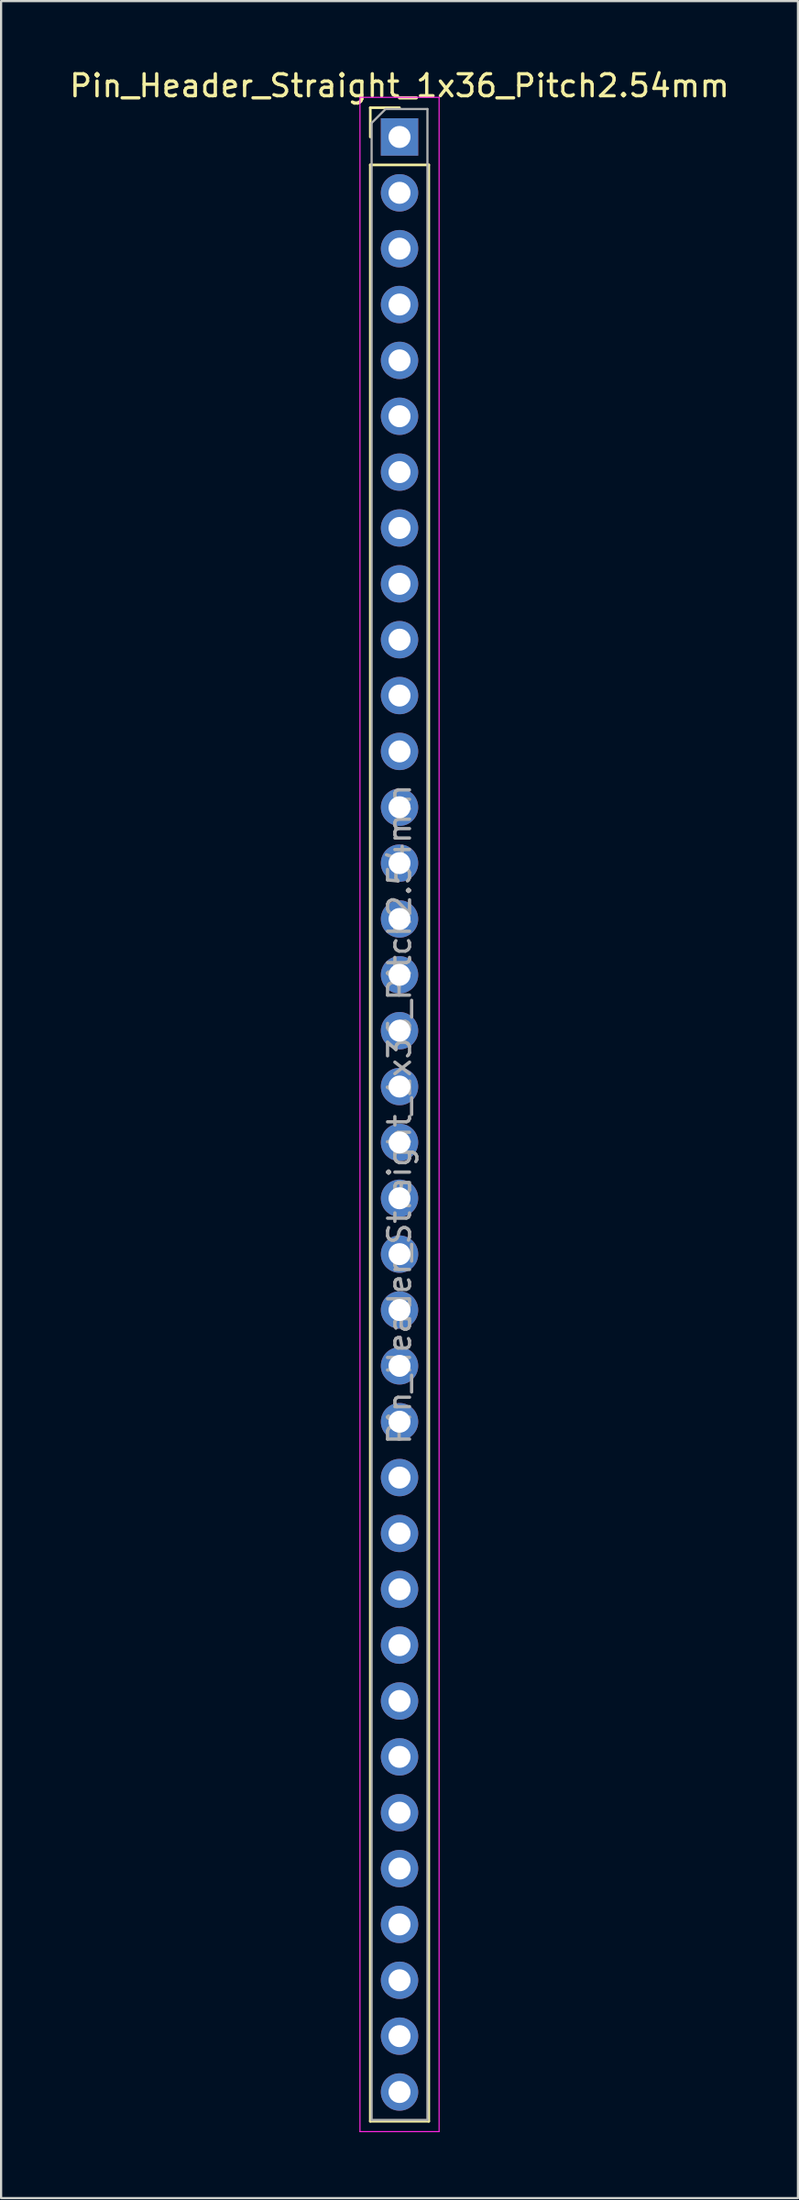
<source format=kicad_pcb>
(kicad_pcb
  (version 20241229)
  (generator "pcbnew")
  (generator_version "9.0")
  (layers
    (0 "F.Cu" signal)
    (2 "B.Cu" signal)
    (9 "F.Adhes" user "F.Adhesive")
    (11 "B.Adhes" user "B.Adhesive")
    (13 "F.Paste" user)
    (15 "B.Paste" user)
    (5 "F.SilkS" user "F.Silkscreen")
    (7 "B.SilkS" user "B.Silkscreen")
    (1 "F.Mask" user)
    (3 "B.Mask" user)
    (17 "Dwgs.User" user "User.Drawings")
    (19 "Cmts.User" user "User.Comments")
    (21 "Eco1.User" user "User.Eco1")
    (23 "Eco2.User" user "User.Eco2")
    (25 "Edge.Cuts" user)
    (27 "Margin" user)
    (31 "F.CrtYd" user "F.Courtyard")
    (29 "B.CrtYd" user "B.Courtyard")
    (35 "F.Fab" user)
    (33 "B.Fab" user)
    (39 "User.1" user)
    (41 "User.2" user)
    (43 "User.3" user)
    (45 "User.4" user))
  (footprint "Pin_Header_Straight_1x36_Pitch2.54mm"
    (layer "F.Cu")
    (at 15.125 3.178)
    (property "Reference" "Pin_Header_Straight_1x36_Pitch2.54mm" (at 0 -2.33 0) (layer "F.SilkS") (effects (font (size 1 1) (thickness 0.15))))
    (attr through_hole)
    (fp_line (start -1.33 -1.33) (end 0 -1.33) (stroke (width 0.12) (type solid)) (layer "F.SilkS"))
    (fp_line (start -1.33 0) (end -1.33 -1.33) (stroke (width 0.12) (type solid)) (layer "F.SilkS"))
    (fp_line (start -1.33 1.27) (end -1.33 90.23) (stroke (width 0.12) (type solid)) (layer "F.SilkS"))
    (fp_line (start -1.33 1.27) (end 1.33 1.27) (stroke (width 0.12) (type solid)) (layer "F.SilkS"))
    (fp_line (start -1.33 90.23) (end 1.33 90.23) (stroke (width 0.12) (type solid)) (layer "F.SilkS"))
    (fp_line (start 1.33 1.27) (end 1.33 90.23) (stroke (width 0.12) (type solid)) (layer "F.SilkS"))
    (fp_line (start -1.8 -1.8) (end -1.8 90.7) (stroke (width 0.05) (type solid)) (layer "F.CrtYd"))
    (fp_line (start -1.8 90.7) (end 1.8 90.7) (stroke (width 0.05) (type solid)) (layer "F.CrtYd"))
    (fp_line (start 1.8 -1.8) (end -1.8 -1.8) (stroke (width 0.05) (type solid)) (layer "F.CrtYd"))
    (fp_line (start 1.8 90.7) (end 1.8 -1.8) (stroke (width 0.05) (type solid)) (layer "F.CrtYd"))
    (fp_line (start -1.27 -0.635) (end -0.635 -1.27) (stroke (width 0.1) (type solid)) (layer "F.Fab"))
    (fp_line (start -1.27 90.17) (end -1.27 -0.635) (stroke (width 0.1) (type solid)) (layer "F.Fab"))
    (fp_line (start -0.635 -1.27) (end 1.27 -1.27) (stroke (width 0.1) (type solid)) (layer "F.Fab"))
    (fp_line (start 1.27 -1.27) (end 1.27 90.17) (stroke (width 0.1) (type solid)) (layer "F.Fab"))
    (fp_line (start 1.27 90.17) (end -1.27 90.17) (stroke (width 0.1) (type solid)) (layer "F.Fab"))
    (fp_text user "${REFERENCE}" (at 0 44.45 90) (layer "F.Fab") (effects (font (size 1 1) (thickness 0.15))))
    (pad "1" thru_hole rect (at 0 0) (size 1.7 1.7) (drill 1) (layers "*.Cu" "*.Mask"))
    (pad "2" thru_hole oval (at 0 2.54) (size 1.7 1.7) (drill 1) (layers "*.Cu" "*.Mask"))
    (pad "3" thru_hole oval (at 0 5.08) (size 1.7 1.7) (drill 1) (layers "*.Cu" "*.Mask"))
    (pad "4" thru_hole oval (at 0 7.62) (size 1.7 1.7) (drill 1) (layers "*.Cu" "*.Mask"))
    (pad "5" thru_hole oval (at 0 10.16) (size 1.7 1.7) (drill 1) (layers "*.Cu" "*.Mask"))
    (pad "6" thru_hole oval (at 0 12.7) (size 1.7 1.7) (drill 1) (layers "*.Cu" "*.Mask"))
    (pad "7" thru_hole oval (at 0 15.24) (size 1.7 1.7) (drill 1) (layers "*.Cu" "*.Mask"))
    (pad "8" thru_hole oval (at 0 17.78) (size 1.7 1.7) (drill 1) (layers "*.Cu" "*.Mask"))
    (pad "9" thru_hole oval (at 0 20.32) (size 1.7 1.7) (drill 1) (layers "*.Cu" "*.Mask"))
    (pad "10" thru_hole oval (at 0 22.86) (size 1.7 1.7) (drill 1) (layers "*.Cu" "*.Mask"))
    (pad "11" thru_hole oval (at 0 25.4) (size 1.7 1.7) (drill 1) (layers "*.Cu" "*.Mask"))
    (pad "12" thru_hole oval (at 0 27.94) (size 1.7 1.7) (drill 1) (layers "*.Cu" "*.Mask"))
    (pad "13" thru_hole oval (at 0 30.48) (size 1.7 1.7) (drill 1) (layers "*.Cu" "*.Mask"))
    (pad "14" thru_hole oval (at 0 33.02) (size 1.7 1.7) (drill 1) (layers "*.Cu" "*.Mask"))
    (pad "15" thru_hole oval (at 0 35.56) (size 1.7 1.7) (drill 1) (layers "*.Cu" "*.Mask"))
    (pad "16" thru_hole oval (at 0 38.1) (size 1.7 1.7) (drill 1) (layers "*.Cu" "*.Mask"))
    (pad "17" thru_hole oval (at 0 40.64) (size 1.7 1.7) (drill 1) (layers "*.Cu" "*.Mask"))
    (pad "18" thru_hole oval (at 0 43.18) (size 1.7 1.7) (drill 1) (layers "*.Cu" "*.Mask"))
    (pad "19" thru_hole oval (at 0 45.72) (size 1.7 1.7) (drill 1) (layers "*.Cu" "*.Mask"))
    (pad "20" thru_hole oval (at 0 48.26) (size 1.7 1.7) (drill 1) (layers "*.Cu" "*.Mask"))
    (pad "21" thru_hole oval (at 0 50.8) (size 1.7 1.7) (drill 1) (layers "*.Cu" "*.Mask"))
    (pad "22" thru_hole oval (at 0 53.34) (size 1.7 1.7) (drill 1) (layers "*.Cu" "*.Mask"))
    (pad "23" thru_hole oval (at 0 55.88) (size 1.7 1.7) (drill 1) (layers "*.Cu" "*.Mask"))
    (pad "24" thru_hole oval (at 0 58.42) (size 1.7 1.7) (drill 1) (layers "*.Cu" "*.Mask"))
    (pad "25" thru_hole oval (at 0 60.96) (size 1.7 1.7) (drill 1) (layers "*.Cu" "*.Mask"))
    (pad "26" thru_hole oval (at 0 63.5) (size 1.7 1.7) (drill 1) (layers "*.Cu" "*.Mask"))
    (pad "27" thru_hole oval (at 0 66.04) (size 1.7 1.7) (drill 1) (layers "*.Cu" "*.Mask"))
    (pad "28" thru_hole oval (at 0 68.58) (size 1.7 1.7) (drill 1) (layers "*.Cu" "*.Mask"))
    (pad "29" thru_hole oval (at 0 71.12) (size 1.7 1.7) (drill 1) (layers "*.Cu" "*.Mask"))
    (pad "30" thru_hole oval (at 0 73.66) (size 1.7 1.7) (drill 1) (layers "*.Cu" "*.Mask"))
    (pad "31" thru_hole oval (at 0 76.2) (size 1.7 1.7) (drill 1) (layers "*.Cu" "*.Mask"))
    (pad "32" thru_hole oval (at 0 78.74) (size 1.7 1.7) (drill 1) (layers "*.Cu" "*.Mask"))
    (pad "33" thru_hole oval (at 0 81.28) (size 1.7 1.7) (drill 1) (layers "*.Cu" "*.Mask"))
    (pad "34" thru_hole oval (at 0 83.82) (size 1.7 1.7) (drill 1) (layers "*.Cu" "*.Mask"))
    (pad "35" thru_hole oval (at 0 86.36) (size 1.7 1.7) (drill 1) (layers "*.Cu" "*.Mask"))
    (pad "36" thru_hole oval (at 0 88.9) (size 1.7 1.7) (drill 1) (layers "*.Cu" "*.Mask")))
  (gr_rect
    (start -3 -3)
    (end 33.25 96.903)
    (stroke (width 0.1) (type default))
    (fill no)
    (layer "Edge.Cuts")))
</source>
